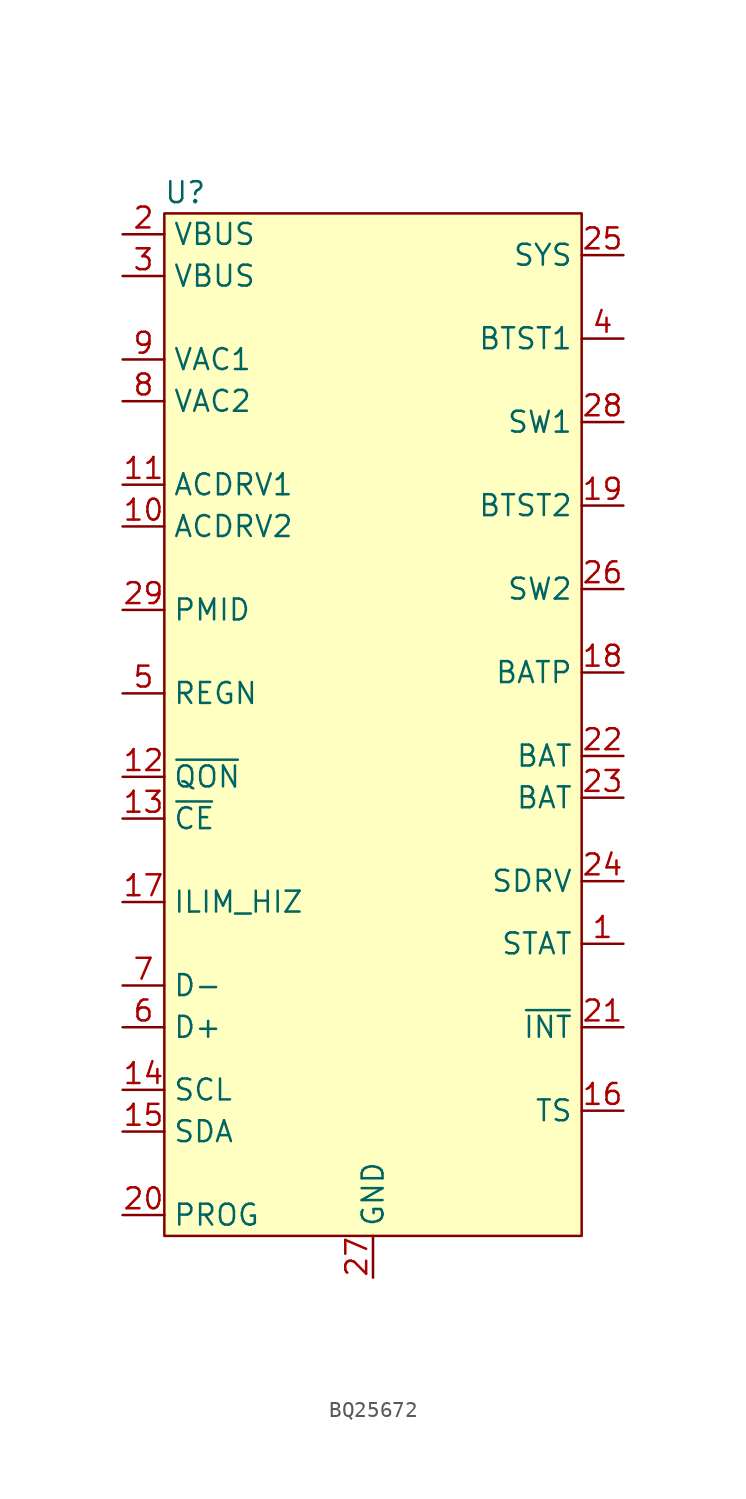
<source format=kicad_sym>
(kicad_symbol_lib
  (version 20220914)
  (generator kicad_symbol_editor)
  (symbol "BQ25672"
    (property "Reference" "U"
      (at -11.43 33.02 0)
      (effects (font (size 1.27 1.27))))
    (property "Value" ""
      (at 0 -1.27 0)
      (effects (font (size 1.27 1.27))))
    (symbol "BQ25672_0_1"
      (rectangle (start -12.7 31.75) (end 12.7 -30.48) (stroke (width 0) (type default)) (fill (type background))))
    (symbol "BQ25672_1_1"
      (pin output line (at 15.24 -12.7 180) (length 2.54) (name "STAT" (effects (font (size 1.27 1.27)))) (number "1" (effects (font (size 1.27 1.27)))))
      (pin input line (at -15.24 12.7 0) (length 2.54) (name "ACDRV2" (effects (font (size 1.27 1.27)))) (number "10" (effects (font (size 1.27 1.27)))))
      (pin input line (at -15.24 15.24 0) (length 2.54) (name "ACDRV1" (effects (font (size 1.27 1.27)))) (number "11" (effects (font (size 1.27 1.27)))))
      (pin input line (at -15.24 -2.54 0) (length 2.54) (name "~{QON}" (effects (font (size 1.27 1.27)))) (number "12" (effects (font (size 1.27 1.27)))))
      (pin input line (at -15.24 -5.08 0) (length 2.54) (name "~{CE}" (effects (font (size 1.27 1.27)))) (number "13" (effects (font (size 1.27 1.27)))))
      (pin input line (at -15.24 -21.59 0) (length 2.54) (name "SCL" (effects (font (size 1.27 1.27)))) (number "14" (effects (font (size 1.27 1.27)))))
      (pin bidirectional line (at -15.24 -24.13 0) (length 2.54) (name "SDA" (effects (font (size 1.27 1.27)))) (number "15" (effects (font (size 1.27 1.27)))))
      (pin input line (at 15.24 -22.86 180) (length 2.54) (name "TS" (effects (font (size 1.27 1.27)))) (number "16" (effects (font (size 1.27 1.27)))))
      (pin input line (at -15.24 -10.16 0) (length 2.54) (name "ILIM_HIZ" (effects (font (size 1.27 1.27)))) (number "17" (effects (font (size 1.27 1.27)))))
      (pin input line (at 15.24 3.81 180) (length 2.54) (name "BATP" (effects (font (size 1.27 1.27)))) (number "18" (effects (font (size 1.27 1.27)))))
      (pin input line (at 15.24 13.97 180) (length 2.54) (name "BTST2" (effects (font (size 1.27 1.27)))) (number "19" (effects (font (size 1.27 1.27)))))
      (pin power_in line (at -15.24 30.48 0) (length 2.54) (name "VBUS" (effects (font (size 1.27 1.27)))) (number "2" (effects (font (size 1.27 1.27)))))
      (pin input line (at -15.24 -29.21 0) (length 2.54) (name "PROG" (effects (font (size 1.27 1.27)))) (number "20" (effects (font (size 1.27 1.27)))))
      (pin output line (at 15.24 -17.78 180) (length 2.54) (name "~{INT}" (effects (font (size 1.27 1.27)))) (number "21" (effects (font (size 1.27 1.27)))))
      (pin power_out line (at 15.24 -1.27 180) (length 2.54) (name "BAT" (effects (font (size 1.27 1.27)))) (number "22" (effects (font (size 1.27 1.27)))))
      (pin power_out line (at 15.24 -3.81 180) (length 2.54) (name "BAT" (effects (font (size 1.27 1.27)))) (number "23" (effects (font (size 1.27 1.27)))))
      (pin output line (at 15.24 -8.89 180) (length 2.54) (name "SDRV" (effects (font (size 1.27 1.27)))) (number "24" (effects (font (size 1.27 1.27)))))
      (pin power_out line (at 15.24 29.21 180) (length 2.54) (name "SYS" (effects (font (size 1.27 1.27)))) (number "25" (effects (font (size 1.27 1.27)))))
      (pin output line (at 15.24 8.89 180) (length 2.54) (name "SW2" (effects (font (size 1.27 1.27)))) (number "26" (effects (font (size 1.27 1.27)))))
      (pin power_in line (at 0 -33.02 90) (length 2.54) (name "GND" (effects (font (size 1.27 1.27)))) (number "27" (effects (font (size 1.27 1.27)))))
      (pin output line (at 15.24 19.05 180) (length 2.54) (name "SW1" (effects (font (size 1.27 1.27)))) (number "28" (effects (font (size 1.27 1.27)))))
      (pin input line (at -15.24 7.62 0) (length 2.54) (name "PMID" (effects (font (size 1.27 1.27)))) (number "29" (effects (font (size 1.27 1.27)))))
      (pin power_in line (at -15.24 27.94 0) (length 2.54) (name "VBUS" (effects (font (size 1.27 1.27)))) (number "3" (effects (font (size 1.27 1.27)))))
      (pin input line (at 15.24 24.13 180) (length 2.54) (name "BTST1" (effects (font (size 1.27 1.27)))) (number "4" (effects (font (size 1.27 1.27)))))
      (pin output line (at -15.24 2.54 0) (length 2.54) (name "REGN" (effects (font (size 1.27 1.27)))) (number "5" (effects (font (size 1.27 1.27)))))
      (pin bidirectional line (at -15.24 -17.78 0) (length 2.54) (name "D+" (effects (font (size 1.27 1.27)))) (number "6" (effects (font (size 1.27 1.27)))))
      (pin bidirectional line (at -15.24 -15.24 0) (length 2.54) (name "D-" (effects (font (size 1.27 1.27)))) (number "7" (effects (font (size 1.27 1.27)))))
      (pin input line (at -15.24 20.32 0) (length 2.54) (name "VAC2" (effects (font (size 1.27 1.27)))) (number "8" (effects (font (size 1.27 1.27)))))
      (pin input line (at -15.24 22.86 0) (length 2.54) (name "VAC1" (effects (font (size 1.27 1.27)))) (number "9" (effects (font (size 1.27 1.27))))))))
</source>
